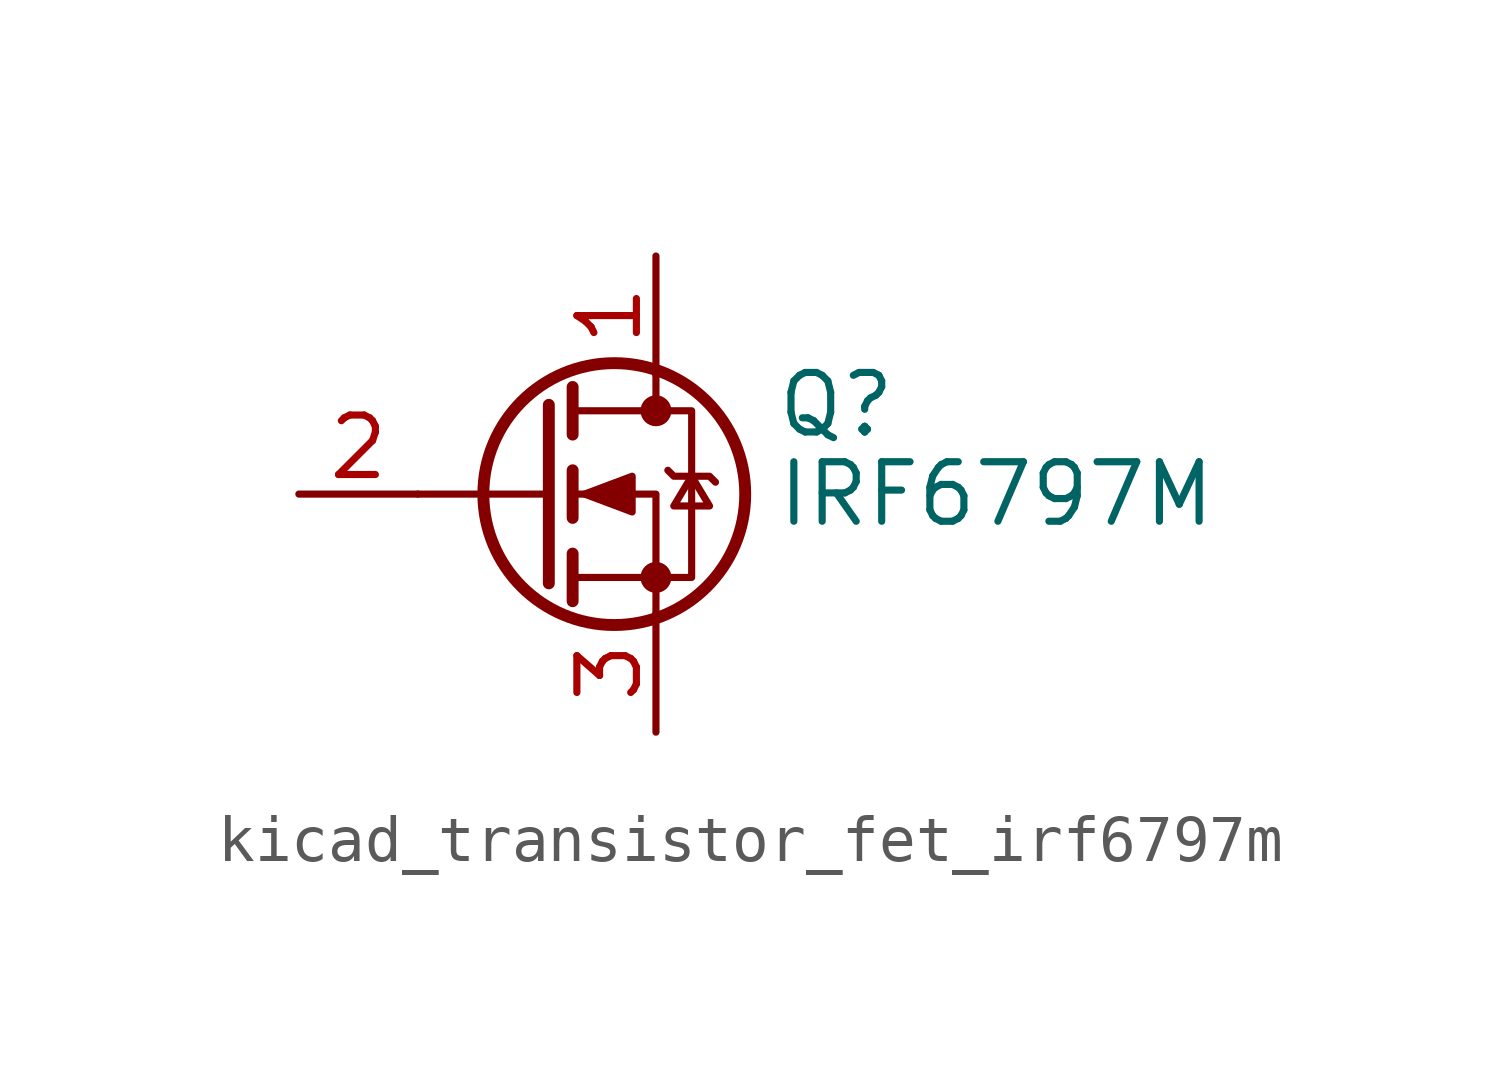
<source format=kicad_sym>
(kicad_symbol_lib
  (version 20220914)
  (generator kicad_symbol_editor)
  (symbol "kicad_transistor_fet_irf6797m"
    (pin_names hide)
    (property "Reference" "Q"
      (at 5.08 1.905 0)
      (effects (font (size 1.27 1.27)) (justify left)))
    (property "Value" "IRF6797M"
      (at 5.08 0 0)
      (effects (font (size 1.27 1.27)) (justify left)))
    (symbol "kicad_transistor_fet_irf6797m_0_1"
      (polyline (pts (xy 0.254 0) (xy -2.54 0)) (stroke (width 0) (type default)) (fill (type none)))
      (polyline (pts (xy 0.254 1.905) (xy 0.254 -1.905)) (stroke (width 0.254) (type default)) (fill (type none)))
      (polyline (pts (xy 0.762 -1.27) (xy 0.762 -2.286)) (stroke (width 0.254) (type default)) (fill (type none)))
      (polyline (pts (xy 0.762 0.508) (xy 0.762 -0.508)) (stroke (width 0.254) (type default)) (fill (type none)))
      (polyline (pts (xy 0.762 2.286) (xy 0.762 1.27)) (stroke (width 0.254) (type default)) (fill (type none)))
      (polyline (pts (xy 2.54 2.54) (xy 2.54 1.778)) (stroke (width 0) (type default)) (fill (type none)))
      (polyline (pts (xy 2.54 -2.54) (xy 2.54 0) (xy 0.762 0)) (stroke (width 0) (type default)) (fill (type none)))
      (polyline (pts (xy 0.762 -1.778) (xy 3.302 -1.778) (xy 3.302 1.778) (xy 0.762 1.778)) (stroke (width 0) (type default)) (fill (type none)))
      (polyline (pts (xy 1.016 0) (xy 2.032 0.381) (xy 2.032 -0.381) (xy 1.016 0)) (stroke (width 0) (type default)) (fill (type outline)))
      (polyline (pts (xy 2.794 0.508) (xy 2.921 0.381) (xy 3.683 0.381) (xy 3.81 0.254)) (stroke (width 0) (type default)) (fill (type none)))
      (polyline (pts (xy 3.302 0.381) (xy 2.921 -0.254) (xy 3.683 -0.254) (xy 3.302 0.381)) (stroke (width 0) (type default)) (fill (type none)))
      (circle (center 1.651 0) (radius 2.794) (stroke (width 0.254) (type default)) (fill (type none)))
      (circle (center 2.54 -1.778) (radius 0.254) (stroke (width 0) (type default)) (fill (type outline)))
      (circle (center 2.54 1.778) (radius 0.254) (stroke (width 0) (type default)) (fill (type outline))))
    (symbol "kicad_transistor_fet_irf6797m_1_1"
      (pin passive line (at 2.54 5.08 270) (length 2.54) (name "D" (effects (font (size 1.27 1.27)))) (number "1" (effects (font (size 1.27 1.27)))))
      (pin input line (at -5.08 0 0) (length 2.54) (name "G" (effects (font (size 1.27 1.27)))) (number "2" (effects (font (size 1.27 1.27)))))
      (pin passive line (at 2.54 -5.08 90) (length 2.54) (name "S" (effects (font (size 1.27 1.27)))) (number "3" (effects (font (size 1.27 1.27))))))))
</source>
